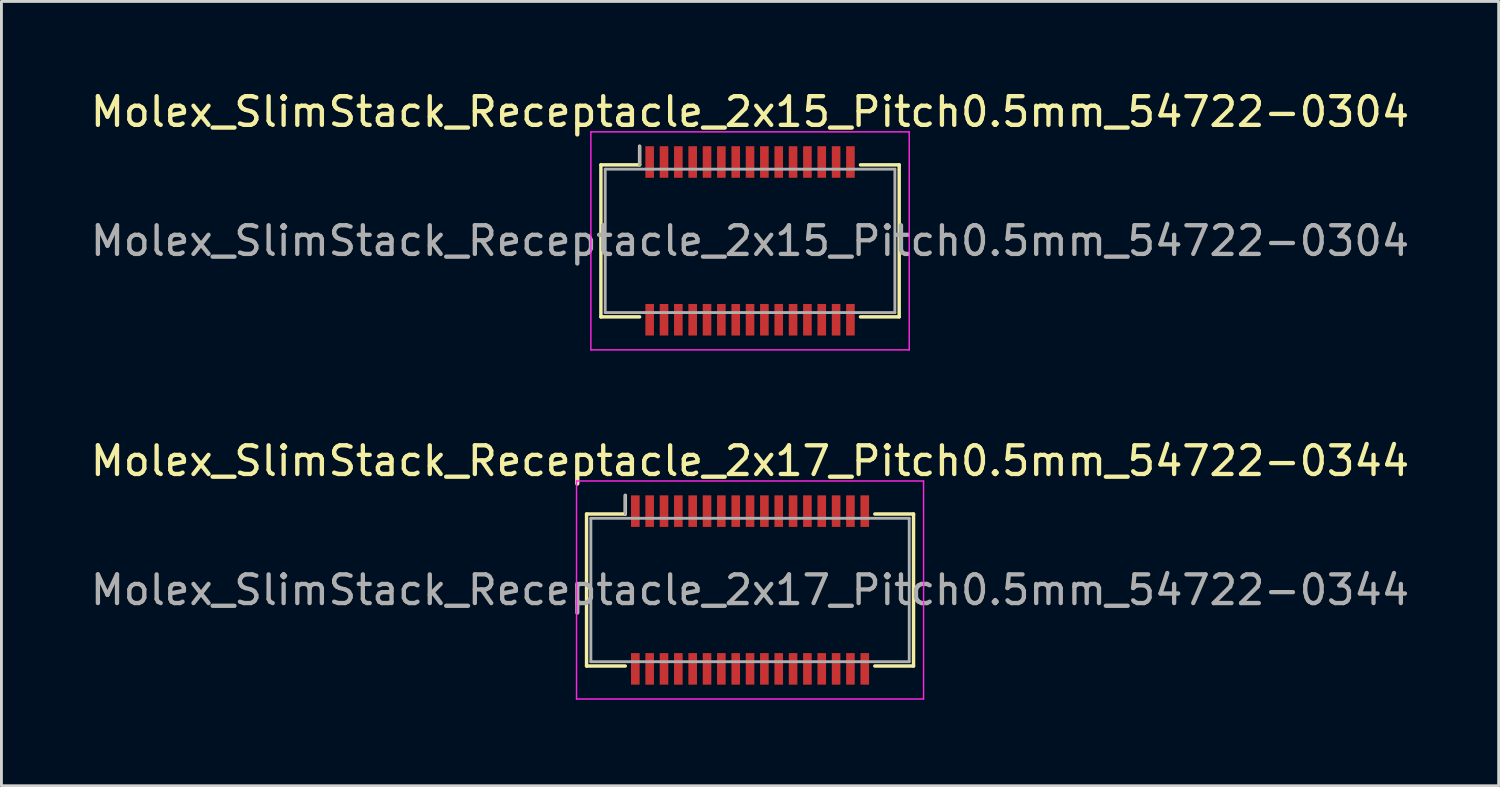
<source format=kicad_pcb>
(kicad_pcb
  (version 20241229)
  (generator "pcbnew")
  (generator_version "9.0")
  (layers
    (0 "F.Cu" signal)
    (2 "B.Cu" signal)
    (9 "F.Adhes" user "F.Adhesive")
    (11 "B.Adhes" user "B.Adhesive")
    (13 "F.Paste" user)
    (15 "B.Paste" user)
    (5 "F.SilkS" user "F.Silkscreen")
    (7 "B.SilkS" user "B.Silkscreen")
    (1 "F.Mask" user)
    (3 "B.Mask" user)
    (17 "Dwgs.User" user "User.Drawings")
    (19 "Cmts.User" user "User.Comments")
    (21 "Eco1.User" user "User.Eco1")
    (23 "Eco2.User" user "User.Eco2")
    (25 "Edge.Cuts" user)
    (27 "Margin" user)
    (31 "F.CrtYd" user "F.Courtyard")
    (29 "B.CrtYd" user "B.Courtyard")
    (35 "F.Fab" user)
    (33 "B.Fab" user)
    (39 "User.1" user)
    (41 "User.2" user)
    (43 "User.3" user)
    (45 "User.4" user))
  (footprint "Molex_SlimStack_Receptacle_2x17_Pitch0.5mm_54722-0344"
    (layer "F.Cu")
    (at 23.101 17.521)
    (property "Reference" "Molex_SlimStack_Receptacle_2x17_Pitch0.5mm_54722-0344" (at 0 -4.5 0) (layer "F.SilkS") (effects (font (size 1 1) (thickness 0.15))))
    (attr smd)
    (fp_line (start -5.7 -2.65) (end -4.35 -2.65) (stroke (width 0.12) (type solid)) (layer "F.SilkS"))
    (fp_line (start -5.7 2.65) (end -5.7 -2.65) (stroke (width 0.12) (type solid)) (layer "F.SilkS"))
    (fp_line (start -4.35 -2.65) (end -4.35 -3.3) (stroke (width 0.12) (type solid)) (layer "F.SilkS"))
    (fp_line (start -4.35 2.65) (end -5.7 2.65) (stroke (width 0.12) (type solid)) (layer "F.SilkS"))
    (fp_line (start 4.35 2.65) (end 5.7 2.65) (stroke (width 0.12) (type solid)) (layer "F.SilkS"))
    (fp_line (start 5.7 -2.65) (end 4.35 -2.65) (stroke (width 0.12) (type solid)) (layer "F.SilkS"))
    (fp_line (start 5.7 2.65) (end 5.7 -2.65) (stroke (width 0.12) (type solid)) (layer "F.SilkS"))
    (fp_line (start -6.05 -3.8) (end -6.05 3.8) (stroke (width 0.05) (type solid)) (layer "F.CrtYd"))
    (fp_line (start -6.05 3.8) (end 6.05 3.8) (stroke (width 0.05) (type solid)) (layer "F.CrtYd"))
    (fp_line (start 6.05 -3.8) (end -6.05 -3.8) (stroke (width 0.05) (type solid)) (layer "F.CrtYd"))
    (fp_line (start 6.05 3.8) (end 6.05 -3.8) (stroke (width 0.05) (type solid)) (layer "F.CrtYd"))
    (fp_line (start -5.55 -2.5) (end -5.55 2.5) (stroke (width 0.1) (type solid)) (layer "F.Fab"))
    (fp_line (start -5.55 2.5) (end 5.55 2.5) (stroke (width 0.1) (type solid)) (layer "F.Fab"))
    (fp_line (start -4.35 -2.65) (end -4.35 -3.3) (stroke (width 0.1) (type solid)) (layer "F.Fab"))
    (fp_line (start 5.55 -2.5) (end -5.55 -2.5) (stroke (width 0.1) (type solid)) (layer "F.Fab"))
    (fp_line (start 5.55 2.5) (end 5.55 -2.5) (stroke (width 0.1) (type solid)) (layer "F.Fab"))
    (fp_text user "${REFERENCE}" (at 0 0 0) (layer "F.Fab") (effects (font (size 1 1) (thickness 0.15))))
    (pad "1" smd rect (at -4 -2.75) (size 0.3 1.1) (layers "F.Cu" "F.Mask" "F.Paste"))
    (pad "2" smd rect (at -4 2.75) (size 0.3 1.1) (layers "F.Cu" "F.Mask" "F.Paste"))
    (pad "3" smd rect (at -3.5 -2.75) (size 0.3 1.1) (layers "F.Cu" "F.Mask" "F.Paste"))
    (pad "4" smd rect (at -3.5 2.75) (size 0.3 1.1) (layers "F.Cu" "F.Mask" "F.Paste"))
    (pad "5" smd rect (at -3 -2.75) (size 0.3 1.1) (layers "F.Cu" "F.Mask" "F.Paste"))
    (pad "6" smd rect (at -3 2.75) (size 0.3 1.1) (layers "F.Cu" "F.Mask" "F.Paste"))
    (pad "7" smd rect (at -2.5 -2.75) (size 0.3 1.1) (layers "F.Cu" "F.Mask" "F.Paste"))
    (pad "8" smd rect (at -2.5 2.75) (size 0.3 1.1) (layers "F.Cu" "F.Mask" "F.Paste"))
    (pad "9" smd rect (at -2 -2.75) (size 0.3 1.1) (layers "F.Cu" "F.Mask" "F.Paste"))
    (pad "10" smd rect (at -2 2.75) (size 0.3 1.1) (layers "F.Cu" "F.Mask" "F.Paste"))
    (pad "11" smd rect (at -1.5 -2.75) (size 0.3 1.1) (layers "F.Cu" "F.Mask" "F.Paste"))
    (pad "12" smd rect (at -1.5 2.75) (size 0.3 1.1) (layers "F.Cu" "F.Mask" "F.Paste"))
    (pad "13" smd rect (at -1 -2.75) (size 0.3 1.1) (layers "F.Cu" "F.Mask" "F.Paste"))
    (pad "14" smd rect (at -1 2.75) (size 0.3 1.1) (layers "F.Cu" "F.Mask" "F.Paste"))
    (pad "15" smd rect (at -0.5 -2.75) (size 0.3 1.1) (layers "F.Cu" "F.Mask" "F.Paste"))
    (pad "16" smd rect (at -0.5 2.75) (size 0.3 1.1) (layers "F.Cu" "F.Mask" "F.Paste"))
    (pad "17" smd rect (at 0 -2.75) (size 0.3 1.1) (layers "F.Cu" "F.Mask" "F.Paste"))
    (pad "18" smd rect (at 0 2.75) (size 0.3 1.1) (layers "F.Cu" "F.Mask" "F.Paste"))
    (pad "19" smd rect (at 0.5 -2.75) (size 0.3 1.1) (layers "F.Cu" "F.Mask" "F.Paste"))
    (pad "20" smd rect (at 0.5 2.75) (size 0.3 1.1) (layers "F.Cu" "F.Mask" "F.Paste"))
    (pad "21" smd rect (at 1 -2.75) (size 0.3 1.1) (layers "F.Cu" "F.Mask" "F.Paste"))
    (pad "22" smd rect (at 1 2.75) (size 0.3 1.1) (layers "F.Cu" "F.Mask" "F.Paste"))
    (pad "23" smd rect (at 1.5 -2.75) (size 0.3 1.1) (layers "F.Cu" "F.Mask" "F.Paste"))
    (pad "24" smd rect (at 1.5 2.75) (size 0.3 1.1) (layers "F.Cu" "F.Mask" "F.Paste"))
    (pad "25" smd rect (at 2 -2.75) (size 0.3 1.1) (layers "F.Cu" "F.Mask" "F.Paste"))
    (pad "26" smd rect (at 2 2.75) (size 0.3 1.1) (layers "F.Cu" "F.Mask" "F.Paste"))
    (pad "27" smd rect (at 2.5 -2.75) (size 0.3 1.1) (layers "F.Cu" "F.Mask" "F.Paste"))
    (pad "28" smd rect (at 2.5 2.75) (size 0.3 1.1) (layers "F.Cu" "F.Mask" "F.Paste"))
    (pad "29" smd rect (at 3 -2.75) (size 0.3 1.1) (layers "F.Cu" "F.Mask" "F.Paste"))
    (pad "30" smd rect (at 3 2.75) (size 0.3 1.1) (layers "F.Cu" "F.Mask" "F.Paste"))
    (pad "31" smd rect (at 3.5 -2.75) (size 0.3 1.1) (layers "F.Cu" "F.Mask" "F.Paste"))
    (pad "32" smd rect (at 3.5 2.75) (size 0.3 1.1) (layers "F.Cu" "F.Mask" "F.Paste"))
    (pad "33" smd rect (at 4 -2.75) (size 0.3 1.1) (layers "F.Cu" "F.Mask" "F.Paste"))
    (pad "34" smd rect (at 4 2.75) (size 0.3 1.1) (layers "F.Cu" "F.Mask" "F.Paste")))
  (footprint "Molex_SlimStack_Receptacle_2x15_Pitch0.5mm_54722-0304"
    (layer "F.Cu")
    (at 23.101 5.348)
    (property "Reference" "Molex_SlimStack_Receptacle_2x15_Pitch0.5mm_54722-0304" (at 0 -4.5 0) (layer "F.SilkS") (effects (font (size 1 1) (thickness 0.15))))
    (attr smd)
    (fp_line (start -5.2 -2.65) (end -3.85 -2.65) (stroke (width 0.12) (type solid)) (layer "F.SilkS"))
    (fp_line (start -5.2 2.65) (end -5.2 -2.65) (stroke (width 0.12) (type solid)) (layer "F.SilkS"))
    (fp_line (start -3.85 -2.65) (end -3.85 -3.3) (stroke (width 0.12) (type solid)) (layer "F.SilkS"))
    (fp_line (start -3.85 2.65) (end -5.2 2.65) (stroke (width 0.12) (type solid)) (layer "F.SilkS"))
    (fp_line (start 3.85 2.65) (end 5.2 2.65) (stroke (width 0.12) (type solid)) (layer "F.SilkS"))
    (fp_line (start 5.2 -2.65) (end 3.85 -2.65) (stroke (width 0.12) (type solid)) (layer "F.SilkS"))
    (fp_line (start 5.2 2.65) (end 5.2 -2.65) (stroke (width 0.12) (type solid)) (layer "F.SilkS"))
    (fp_line (start -5.55 -3.8) (end -5.55 3.8) (stroke (width 0.05) (type solid)) (layer "F.CrtYd"))
    (fp_line (start -5.55 3.8) (end 5.55 3.8) (stroke (width 0.05) (type solid)) (layer "F.CrtYd"))
    (fp_line (start 5.55 -3.8) (end -5.55 -3.8) (stroke (width 0.05) (type solid)) (layer "F.CrtYd"))
    (fp_line (start 5.55 3.8) (end 5.55 -3.8) (stroke (width 0.05) (type solid)) (layer "F.CrtYd"))
    (fp_line (start -5.05 -2.5) (end -5.05 2.5) (stroke (width 0.1) (type solid)) (layer "F.Fab"))
    (fp_line (start -5.05 2.5) (end 5.05 2.5) (stroke (width 0.1) (type solid)) (layer "F.Fab"))
    (fp_line (start -3.85 -2.65) (end -3.85 -3.3) (stroke (width 0.1) (type solid)) (layer "F.Fab"))
    (fp_line (start 5.05 -2.5) (end -5.05 -2.5) (stroke (width 0.1) (type solid)) (layer "F.Fab"))
    (fp_line (start 5.05 2.5) (end 5.05 -2.5) (stroke (width 0.1) (type solid)) (layer "F.Fab"))
    (fp_text user "${REFERENCE}" (at 0 0 0) (layer "F.Fab") (effects (font (size 1 1) (thickness 0.15))))
    (pad "1" smd rect (at -3.5 -2.75) (size 0.3 1.1) (layers "F.Cu" "F.Mask" "F.Paste"))
    (pad "2" smd rect (at -3.5 2.75) (size 0.3 1.1) (layers "F.Cu" "F.Mask" "F.Paste"))
    (pad "3" smd rect (at -3 -2.75) (size 0.3 1.1) (layers "F.Cu" "F.Mask" "F.Paste"))
    (pad "4" smd rect (at -3 2.75) (size 0.3 1.1) (layers "F.Cu" "F.Mask" "F.Paste"))
    (pad "5" smd rect (at -2.5 -2.75) (size 0.3 1.1) (layers "F.Cu" "F.Mask" "F.Paste"))
    (pad "6" smd rect (at -2.5 2.75) (size 0.3 1.1) (layers "F.Cu" "F.Mask" "F.Paste"))
    (pad "7" smd rect (at -2 -2.75) (size 0.3 1.1) (layers "F.Cu" "F.Mask" "F.Paste"))
    (pad "8" smd rect (at -2 2.75) (size 0.3 1.1) (layers "F.Cu" "F.Mask" "F.Paste"))
    (pad "9" smd rect (at -1.5 -2.75) (size 0.3 1.1) (layers "F.Cu" "F.Mask" "F.Paste"))
    (pad "10" smd rect (at -1.5 2.75) (size 0.3 1.1) (layers "F.Cu" "F.Mask" "F.Paste"))
    (pad "11" smd rect (at -1 -2.75) (size 0.3 1.1) (layers "F.Cu" "F.Mask" "F.Paste"))
    (pad "12" smd rect (at -1 2.75) (size 0.3 1.1) (layers "F.Cu" "F.Mask" "F.Paste"))
    (pad "13" smd rect (at -0.5 -2.75) (size 0.3 1.1) (layers "F.Cu" "F.Mask" "F.Paste"))
    (pad "14" smd rect (at -0.5 2.75) (size 0.3 1.1) (layers "F.Cu" "F.Mask" "F.Paste"))
    (pad "15" smd rect (at 0 -2.75) (size 0.3 1.1) (layers "F.Cu" "F.Mask" "F.Paste"))
    (pad "16" smd rect (at 0 2.75) (size 0.3 1.1) (layers "F.Cu" "F.Mask" "F.Paste"))
    (pad "17" smd rect (at 0.5 -2.75) (size 0.3 1.1) (layers "F.Cu" "F.Mask" "F.Paste"))
    (pad "18" smd rect (at 0.5 2.75) (size 0.3 1.1) (layers "F.Cu" "F.Mask" "F.Paste"))
    (pad "19" smd rect (at 1 -2.75) (size 0.3 1.1) (layers "F.Cu" "F.Mask" "F.Paste"))
    (pad "20" smd rect (at 1 2.75) (size 0.3 1.1) (layers "F.Cu" "F.Mask" "F.Paste"))
    (pad "21" smd rect (at 1.5 -2.75) (size 0.3 1.1) (layers "F.Cu" "F.Mask" "F.Paste"))
    (pad "22" smd rect (at 1.5 2.75) (size 0.3 1.1) (layers "F.Cu" "F.Mask" "F.Paste"))
    (pad "23" smd rect (at 2 -2.75) (size 0.3 1.1) (layers "F.Cu" "F.Mask" "F.Paste"))
    (pad "24" smd rect (at 2 2.75) (size 0.3 1.1) (layers "F.Cu" "F.Mask" "F.Paste"))
    (pad "25" smd rect (at 2.5 -2.75) (size 0.3 1.1) (layers "F.Cu" "F.Mask" "F.Paste"))
    (pad "26" smd rect (at 2.5 2.75) (size 0.3 1.1) (layers "F.Cu" "F.Mask" "F.Paste"))
    (pad "27" smd rect (at 3 -2.75) (size 0.3 1.1) (layers "F.Cu" "F.Mask" "F.Paste"))
    (pad "28" smd rect (at 3 2.75) (size 0.3 1.1) (layers "F.Cu" "F.Mask" "F.Paste"))
    (pad "29" smd rect (at 3.5 -2.75) (size 0.3 1.1) (layers "F.Cu" "F.Mask" "F.Paste"))
    (pad "30" smd rect (at 3.5 2.75) (size 0.3 1.1) (layers "F.Cu" "F.Mask" "F.Paste")))
  (gr_rect
    (start -3 -3)
    (end 49.202 24.346)
    (stroke (width 0.1) (type default))
    (fill no)
    (layer "Edge.Cuts")))
</source>
